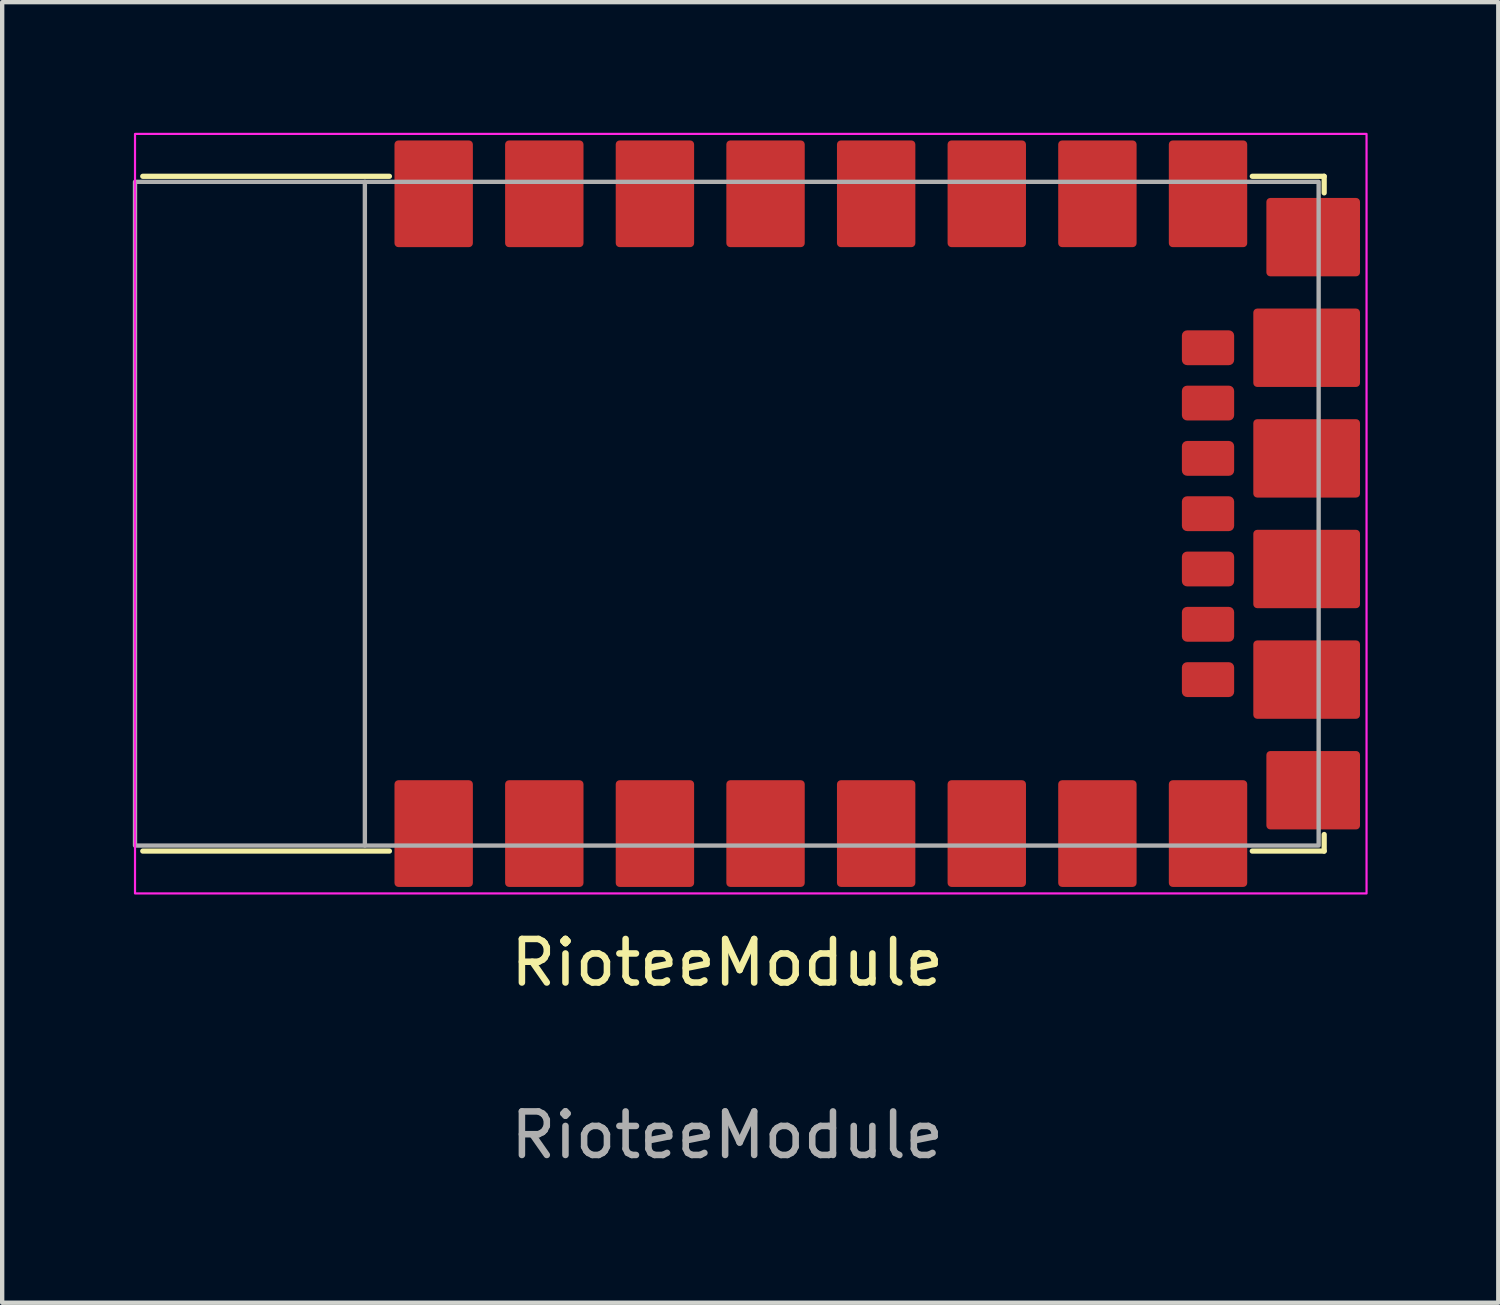
<source format=kicad_pcb>
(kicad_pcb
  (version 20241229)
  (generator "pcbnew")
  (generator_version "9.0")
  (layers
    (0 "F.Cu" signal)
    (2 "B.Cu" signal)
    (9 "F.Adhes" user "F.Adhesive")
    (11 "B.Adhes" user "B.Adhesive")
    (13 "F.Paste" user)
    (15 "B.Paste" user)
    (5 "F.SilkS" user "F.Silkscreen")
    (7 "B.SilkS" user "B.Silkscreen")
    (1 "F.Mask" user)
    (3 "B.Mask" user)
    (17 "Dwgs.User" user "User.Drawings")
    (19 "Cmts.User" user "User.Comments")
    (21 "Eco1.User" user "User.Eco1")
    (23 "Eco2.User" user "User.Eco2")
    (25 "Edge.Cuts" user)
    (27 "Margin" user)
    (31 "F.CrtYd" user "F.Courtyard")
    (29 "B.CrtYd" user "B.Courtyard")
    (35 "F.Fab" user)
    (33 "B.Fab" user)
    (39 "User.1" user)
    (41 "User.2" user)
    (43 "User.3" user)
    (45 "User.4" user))
  (footprint "RioteeModule"
    (layer "F.Cu")
    (at 13.638 8.745)
    (property "Reference" "RioteeModule" (at 0.01 10.31 0) (unlocked yes) (layer "F.SilkS") (effects (font (size 1 1) (thickness 0.15))))
    (attr smd)
    (fp_line (start -7.746 -7.747) (end -13.41 -7.747) (stroke (width 0.12) (type solid)) (layer "F.SilkS"))
    (fp_line (start -7.746 7.747) (end -13.41 7.747) (stroke (width 0.12) (type solid)) (layer "F.SilkS"))
    (fp_line (start 13.717 -7.747) (end 12.066 -7.747) (stroke (width 0.12) (type solid)) (layer "F.SilkS"))
    (fp_line (start 13.717 -7.366) (end 13.717 -7.747) (stroke (width 0.12) (type solid)) (layer "F.SilkS"))
    (fp_line (start 13.717 7.366) (end 13.717 7.747) (stroke (width 0.12) (type solid)) (layer "F.SilkS"))
    (fp_line (start 13.717 7.747) (end 12.066 7.747) (stroke (width 0.12) (type solid)) (layer "F.SilkS"))
    (fp_rect (start 14.69 -8.72) (end -13.588 8.72) (stroke (width 0.05) (type solid)) (fill no) (layer "F.CrtYd"))
    (fp_line (start -8.31 7.62) (end -8.31 -7.62) (stroke (width 0.1) (type solid)) (layer "F.Fab"))
    (fp_rect (start 13.59 -7.62) (end -13.588 7.62) (stroke (width 0.1) (type solid)) (fill no) (layer "F.Fab"))
    (fp_text user "${REFERENCE}" (at 0.01 14.27 0) (unlocked yes) (layer "F.Fab") (effects (font (size 1 1) (thickness 0.15))))
    (pad "1" smd roundrect (at -6.73 -7.345 270) (size 2.45 1.8) (layers "F.Cu" "F.Mask" "F.Paste") (roundrect_rratio 0.05))
    (pad "2" smd roundrect (at -4.19 -7.345 270) (size 2.45 1.8) (layers "F.Cu" "F.Mask" "F.Paste") (roundrect_rratio 0.05))
    (pad "3" smd roundrect (at -1.65 -7.345 270) (size 2.45 1.8) (layers "F.Cu" "F.Mask" "F.Paste") (roundrect_rratio 0.05))
    (pad "4" smd roundrect (at 0.89 -7.345 270) (size 2.45 1.8) (layers "F.Cu" "F.Mask" "F.Paste") (roundrect_rratio 0.05))
    (pad "5" smd roundrect (at 3.43 -7.345 270) (size 2.45 1.8) (layers "F.Cu" "F.Mask" "F.Paste") (roundrect_rratio 0.05))
    (pad "6" smd roundrect (at 5.97 -7.345 270) (size 2.45 1.8) (layers "F.Cu" "F.Mask" "F.Paste") (roundrect_rratio 0.05))
    (pad "7" smd roundrect (at 8.51 -7.345 270) (size 2.45 1.8) (layers "F.Cu" "F.Mask" "F.Paste") (roundrect_rratio 0.05))
    (pad "8" smd roundrect (at 11.05 -7.345 270) (size 2.45 1.8) (layers "F.Cu" "F.Mask" "F.Paste") (roundrect_rratio 0.05))
    (pad "9" smd roundrect (at 13.465 -6.35 180) (size 2.15 1.8) (layers "F.Cu" "F.Mask" "F.Paste") (roundrect_rratio 0.05))
    (pad "10" smd roundrect (at 13.315 -3.81) (size 2.45 1.8) (layers "F.Cu" "F.Mask" "F.Paste") (roundrect_rratio 0.05))
    (pad "11" smd roundrect (at 13.315 -1.27) (size 2.45 1.8) (layers "F.Cu" "F.Mask" "F.Paste") (roundrect_rratio 0.05))
    (pad "12" smd roundrect (at 13.315 1.27) (size 2.45 1.8) (layers "F.Cu" "F.Mask" "F.Paste") (roundrect_rratio 0.05))
    (pad "13" smd roundrect (at 13.315 3.81) (size 2.45 1.8) (layers "F.Cu" "F.Mask" "F.Paste") (roundrect_rratio 0.05))
    (pad "14" smd roundrect (at 13.465 6.35 180) (size 2.15 1.8) (layers "F.Cu" "F.Mask" "F.Paste") (roundrect_rratio 0.05))
    (pad "15" smd roundrect (at 11.05 7.345 270) (size 2.45 1.8) (layers "F.Cu" "F.Mask" "F.Paste") (roundrect_rratio 0.05))
    (pad "16" smd roundrect (at 8.51 7.345 270) (size 2.45 1.8) (layers "F.Cu" "F.Mask" "F.Paste") (roundrect_rratio 0.05))
    (pad "17" smd roundrect (at 5.97 7.345 270) (size 2.45 1.8) (layers "F.Cu" "F.Mask" "F.Paste") (roundrect_rratio 0.05))
    (pad "18" smd roundrect (at 3.43 7.345 270) (size 2.45 1.8) (layers "F.Cu" "F.Mask" "F.Paste") (roundrect_rratio 0.05))
    (pad "19" smd roundrect (at 0.89 7.345 270) (size 2.45 1.8) (layers "F.Cu" "F.Mask" "F.Paste") (roundrect_rratio 0.05))
    (pad "20" smd roundrect (at -1.65 7.345 270) (size 2.45 1.8) (layers "F.Cu" "F.Mask" "F.Paste") (roundrect_rratio 0.05))
    (pad "21" smd roundrect (at -4.19 7.345 270) (size 2.45 1.8) (layers "F.Cu" "F.Mask" "F.Paste") (roundrect_rratio 0.05))
    (pad "22" smd roundrect (at -6.73 7.345 270) (size 2.45 1.8) (layers "F.Cu" "F.Mask" "F.Paste") (roundrect_rratio 0.05))
    (pad "23" smd roundrect (at 11.05 3.81 90) (size 0.8 1.2) (layers "F.Cu" "F.Mask" "F.Paste") (roundrect_rratio 0.15))
    (pad "24" smd roundrect (at 11.05 2.54 90) (size 0.8 1.2) (layers "F.Cu" "F.Mask" "F.Paste") (roundrect_rratio 0.15))
    (pad "25" smd roundrect (at 11.05 1.27 90) (size 0.8 1.2) (layers "F.Cu" "F.Mask" "F.Paste") (roundrect_rratio 0.15))
    (pad "26" smd roundrect (at 11.05 0 90) (size 0.8 1.2) (layers "F.Cu" "F.Mask" "F.Paste") (roundrect_rratio 0.15))
    (pad "27" smd roundrect (at 11.05 -1.27 90) (size 0.8 1.2) (layers "F.Cu" "F.Mask" "F.Paste") (roundrect_rratio 0.15))
    (pad "28" smd roundrect (at 11.05 -2.54 90) (size 0.8 1.2) (layers "F.Cu" "F.Mask" "F.Paste") (roundrect_rratio 0.15))
    (pad "29" smd roundrect (at 11.05 -3.81 90) (size 0.8 1.2) (layers "F.Cu" "F.Mask" "F.Paste") (roundrect_rratio 0.15)))
  (gr_rect
    (start -3 -3)
    (end 31.353 26.863)
    (stroke (width 0.1) (type default))
    (fill no)
    (layer "Edge.Cuts")))
</source>
